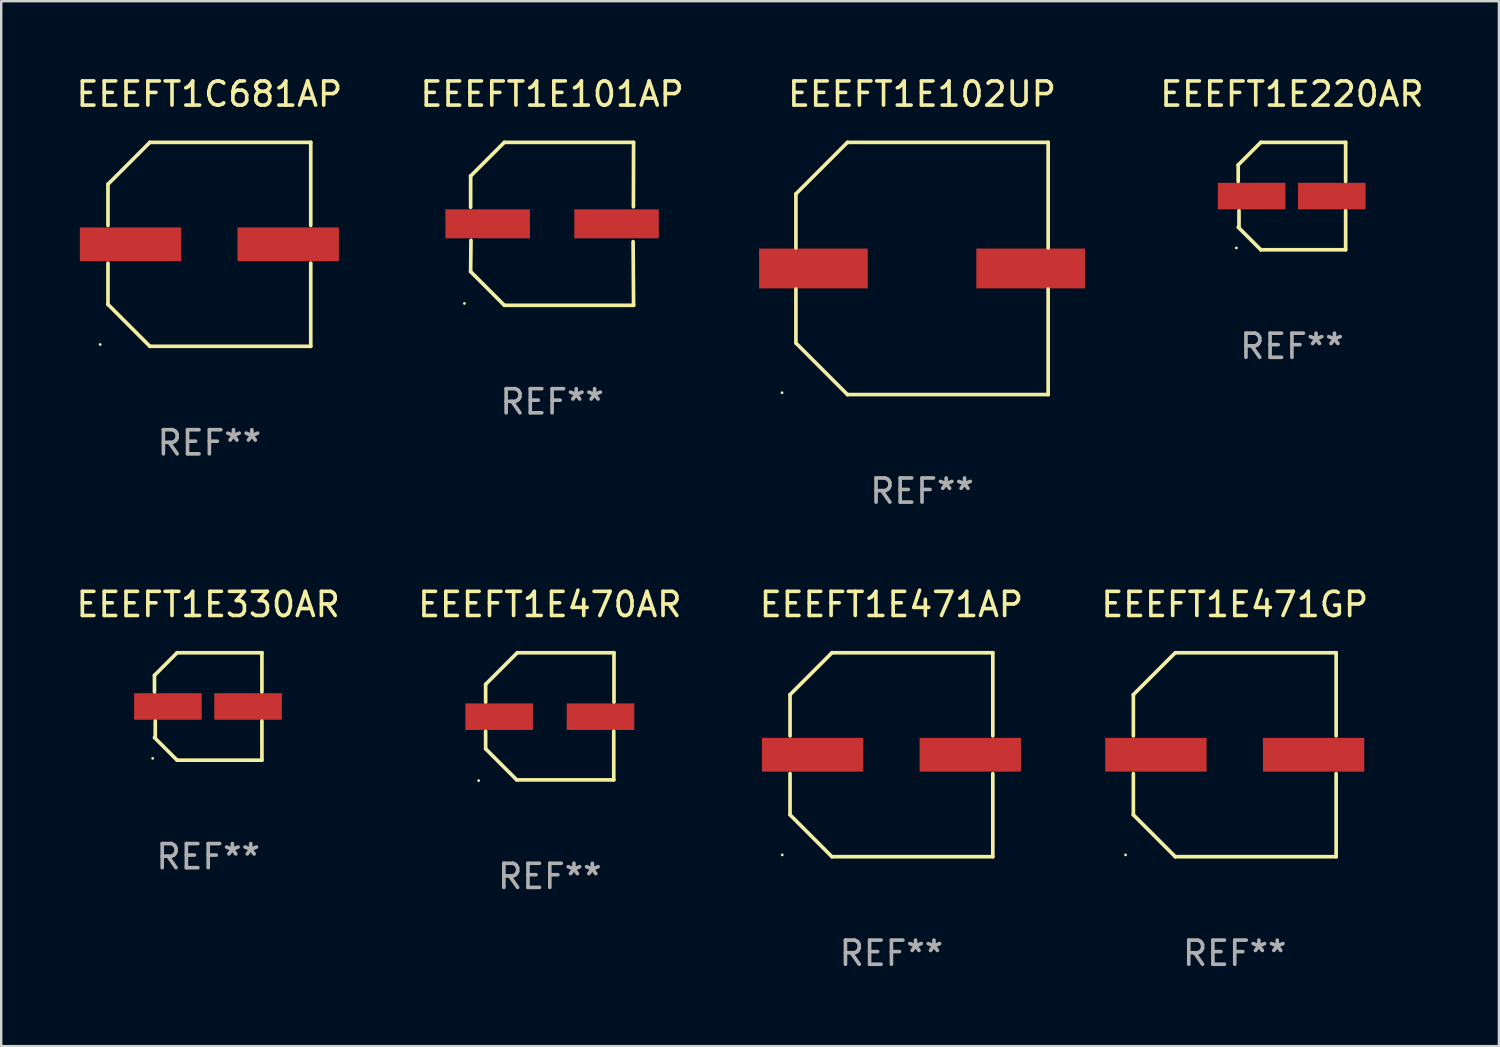
<source format=kicad_pcb>
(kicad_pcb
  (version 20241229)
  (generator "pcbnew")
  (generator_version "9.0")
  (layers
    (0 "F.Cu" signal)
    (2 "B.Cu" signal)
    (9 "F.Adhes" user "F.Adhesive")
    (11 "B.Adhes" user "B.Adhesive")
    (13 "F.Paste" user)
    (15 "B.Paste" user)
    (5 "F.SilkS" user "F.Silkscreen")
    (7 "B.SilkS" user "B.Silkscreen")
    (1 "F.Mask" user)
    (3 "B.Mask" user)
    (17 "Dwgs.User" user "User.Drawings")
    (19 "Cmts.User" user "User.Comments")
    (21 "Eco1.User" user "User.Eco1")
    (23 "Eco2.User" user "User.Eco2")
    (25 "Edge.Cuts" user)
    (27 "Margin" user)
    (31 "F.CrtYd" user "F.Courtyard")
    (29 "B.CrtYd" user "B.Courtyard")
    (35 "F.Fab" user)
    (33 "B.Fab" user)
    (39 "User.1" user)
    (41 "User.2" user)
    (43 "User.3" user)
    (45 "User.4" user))
  (footprint "EEEFT1E470AR"
    (layer "F.Cu")
    (at 19.732 26.631)
    (property "Reference" "EEEFT1E470AR" (at 0 -4.634 0) (layer "F.SilkS") (effects (font (size 1 1) (thickness 0.15))))
    (attr through_hole)
    (fp_line (start -2.659 -1.326) (end -2.659 -0.592) (stroke (width 0.152) (type solid)) (layer "F.SilkS"))
    (fp_line (start -2.659 1.346) (end -2.659 0.622) (stroke (width 0.152) (type solid)) (layer "F.SilkS"))
    (fp_line (start -1.372 2.634) (end -2.659 1.346) (stroke (width 0.152) (type solid)) (layer "F.SilkS"))
    (fp_line (start -1.349 -2.634) (end -2.659 -1.326) (stroke (width 0.152) (type solid)) (layer "F.SilkS"))
    (fp_line (start 2.649 0.622) (end 2.649 2.634) (stroke (width 0.152) (type solid)) (layer "F.SilkS"))
    (fp_line (start 2.649 2.634) (end -1.372 2.634) (stroke (width 0.152) (type solid)) (layer "F.SilkS"))
    (fp_line (start 2.659 -2.634) (end -1.349 -2.634) (stroke (width 0.152) (type solid)) (layer "F.SilkS"))
    (fp_line (start 2.659 -0.592) (end 2.659 -2.634) (stroke (width 0.152) (type solid)) (layer "F.SilkS"))
    (fp_circle (center -2.95 2.665) (end -2.92 2.665) (stroke (width 0.06) (type solid)) (fill no) (layer "F.SilkS"))
    (fp_text user "REF**" (at 0 6.634 0) (layer "F.Fab") (effects (font (size 1 1) (thickness 0.15))))
    (pad "1" smd rect (at -2.1 0.015) (size 2.8 1.1) (layers "F.Cu" "F.Mask" "F.Paste"))
    (pad "2" smd rect (at 2.1 0.015) (size 2.8 1.1) (layers "F.Cu" "F.Mask" "F.Paste")))
  (footprint "EEEFT1C681AP"
    (layer "F.Cu")
    (at 5.625 7.074)
    (property "Reference" "EEEFT1C681AP" (at 0 -6.226 0) (layer "F.SilkS") (effects (font (size 1 1) (thickness 0.15))))
    (attr through_hole)
    (fp_line (start -4.201 -2.49) (end -4.201 -0.782) (stroke (width 0.152) (type solid)) (layer "F.SilkS"))
    (fp_line (start -4.201 2.49) (end -4.201 0.782) (stroke (width 0.152) (type solid)) (layer "F.SilkS"))
    (fp_line (start -2.465 -4.226) (end -4.201 -2.49) (stroke (width 0.152) (type solid)) (layer "F.SilkS"))
    (fp_line (start -2.465 4.226) (end -4.201 2.49) (stroke (width 0.152) (type solid)) (layer "F.SilkS"))
    (fp_line (start 4.201 -4.226) (end -2.465 -4.226) (stroke (width 0.152) (type solid)) (layer "F.SilkS"))
    (fp_line (start 4.201 -0.782) (end 4.201 -4.226) (stroke (width 0.152) (type solid)) (layer "F.SilkS"))
    (fp_line (start 4.201 0.782) (end 4.201 4.226) (stroke (width 0.152) (type solid)) (layer "F.SilkS"))
    (fp_line (start 4.201 4.226) (end -2.465 4.226) (stroke (width 0.152) (type solid)) (layer "F.SilkS"))
    (fp_circle (center -4.524 4.15) (end -4.494 4.15) (stroke (width 0.06) (type solid)) (fill no) (layer "F.SilkS"))
    (fp_text user "REF**" (at 0 8.226 0) (layer "F.Fab") (effects (font (size 1 1) (thickness 0.15))))
    (pad "1" smd rect (at -3.267 0) (size 4.2 1.4) (layers "F.Cu" "F.Mask" "F.Paste"))
    (pad "2" smd rect (at 3.267 0) (size 4.2 1.4) (layers "F.Cu" "F.Mask" "F.Paste")))
  (footprint "EEEFT1E101AP"
    (layer "F.Cu")
    (at 19.827 6.224)
    (property "Reference" "EEEFT1E101AP" (at 0 -5.376 0) (layer "F.SilkS") (effects (font (size 1 1) (thickness 0.15))))
    (attr through_hole)
    (fp_line (start -3.376 -1.98) (end -3.376 -0.686) (stroke (width 0.152) (type solid)) (layer "F.SilkS"))
    (fp_line (start -3.376 1.981) (end -3.362 0.686) (stroke (width 0.152) (type solid)) (layer "F.SilkS"))
    (fp_line (start -1.981 3.376) (end -3.376 1.981) (stroke (width 0.152) (type solid)) (layer "F.SilkS"))
    (fp_line (start -1.98 -3.376) (end -3.376 -1.98) (stroke (width 0.152) (type solid)) (layer "F.SilkS"))
    (fp_line (start 3.356 0.74) (end 3.376 3.376) (stroke (width 0.152) (type solid)) (layer "F.SilkS"))
    (fp_line (start 3.369 -0.707) (end 3.376 -3.376) (stroke (width 0.152) (type solid)) (layer "F.SilkS"))
    (fp_line (start 3.376 3.376) (end -1.981 3.376) (stroke (width 0.152) (type solid)) (layer "F.SilkS"))
    (fp_line (start 3.376 -3.376) (end -1.98 -3.376) (stroke (width 0.152) (type solid)) (layer "F.SilkS"))
    (fp_circle (center -3.634 3.3) (end -3.604 3.3) (stroke (width 0.06) (type solid)) (fill no) (layer "F.SilkS"))
    (fp_text user "REF**" (at 0 7.376 0) (layer "F.Fab") (effects (font (size 1 1) (thickness 0.15))))
    (pad "1" smd rect (at -2.67 0.000254) (size 3.5 1.2) (layers "F.Cu" "F.Mask" "F.Paste"))
    (pad "2" smd rect (at 2.67 0.000254) (size 3.5 1.2) (layers "F.Cu" "F.Mask" "F.Paste")))
  (footprint "EEEFT1E471GP"
    (layer "F.Cu")
    (at 48.113 28.223)
    (property "Reference" "EEEFT1E471GP" (at 0 -6.226 0) (layer "F.SilkS") (effects (font (size 1 1) (thickness 0.15))))
    (attr through_hole)
    (fp_line (start -4.201 -2.49) (end -4.201 -0.782) (stroke (width 0.152) (type solid)) (layer "F.SilkS"))
    (fp_line (start -4.201 2.49) (end -4.201 0.782) (stroke (width 0.152) (type solid)) (layer "F.SilkS"))
    (fp_line (start -2.465 -4.226) (end -4.201 -2.49) (stroke (width 0.152) (type solid)) (layer "F.SilkS"))
    (fp_line (start -2.465 4.226) (end -4.201 2.49) (stroke (width 0.152) (type solid)) (layer "F.SilkS"))
    (fp_line (start 4.201 -4.226) (end -2.465 -4.226) (stroke (width 0.152) (type solid)) (layer "F.SilkS"))
    (fp_line (start 4.201 -0.782) (end 4.201 -4.226) (stroke (width 0.152) (type solid)) (layer "F.SilkS"))
    (fp_line (start 4.201 0.782) (end 4.201 4.226) (stroke (width 0.152) (type solid)) (layer "F.SilkS"))
    (fp_line (start 4.201 4.226) (end -2.465 4.226) (stroke (width 0.152) (type solid)) (layer "F.SilkS"))
    (fp_circle (center -4.524 4.15) (end -4.494 4.15) (stroke (width 0.06) (type solid)) (fill no) (layer "F.SilkS"))
    (fp_text user "REF**" (at 0 8.226 0) (layer "F.Fab") (effects (font (size 1 1) (thickness 0.15))))
    (pad "1" smd rect (at -3.267 0) (size 4.2 1.4) (layers "F.Cu" "F.Mask" "F.Paste"))
    (pad "2" smd rect (at 3.267 0) (size 4.2 1.4) (layers "F.Cu" "F.Mask" "F.Paste")))
  (footprint "EEEFT1E220AR"
    (layer "F.Cu")
    (at 50.482 5.074)
    (property "Reference" "EEEFT1E220AR" (at 0 -4.226 0) (layer "F.SilkS") (effects (font (size 1 1) (thickness 0.15))))
    (attr through_hole)
    (fp_line (start -2.226 -1.29) (end -2.226 -0.607) (stroke (width 0.152) (type solid)) (layer "F.SilkS"))
    (fp_line (start -2.193 1.29) (end -2.193 0.607) (stroke (width 0.152) (type solid)) (layer "F.SilkS"))
    (fp_line (start -1.29 2.226) (end -2.226 1.29) (stroke (width 0.152) (type solid)) (layer "F.SilkS"))
    (fp_line (start -1.29 -2.226) (end -2.226 -1.29) (stroke (width 0.152) (type solid)) (layer "F.SilkS"))
    (fp_line (start 2.226 -2.226) (end -1.29 -2.226) (stroke (width 0.152) (type solid)) (layer "F.SilkS"))
    (fp_line (start 2.226 -0.607) (end 2.226 -2.226) (stroke (width 0.152) (type solid)) (layer "F.SilkS"))
    (fp_line (start 2.226 0.607) (end 2.226 2.226) (stroke (width 0.152) (type solid)) (layer "F.SilkS"))
    (fp_line (start 2.226 2.226) (end -1.29 2.226) (stroke (width 0.152) (type solid)) (layer "F.SilkS"))
    (fp_circle (center -2.3 2.15) (end -2.27 2.15) (stroke (width 0.06) (type solid)) (fill no) (layer "F.SilkS"))
    (fp_text user "REF**" (at 0 6.226 0) (layer "F.Fab") (effects (font (size 1 1) (thickness 0.15))))
    (pad "1" smd rect (at -1.67 -0.000025) (size 2.8 1.1) (layers "F.Cu" "F.Mask" "F.Paste"))
    (pad "2" smd rect (at 1.651 -0.000025) (size 2.8 1.1) (layers "F.Cu" "F.Mask" "F.Paste")))
  (footprint "EEEFT1E102UP"
    (layer "F.Cu")
    (at 35.155 8.074)
    (property "Reference" "EEEFT1E102UP" (at 0 -7.226 0) (layer "F.SilkS") (effects (font (size 1 1) (thickness 0.15))))
    (attr through_hole)
    (fp_line (start -5.226 -3.09) (end -5.226 -0.852) (stroke (width 0.152) (type solid)) (layer "F.SilkS"))
    (fp_line (start -5.226 3.09) (end -5.226 0.852) (stroke (width 0.152) (type solid)) (layer "F.SilkS"))
    (fp_line (start -3.09 -5.226) (end -5.226 -3.09) (stroke (width 0.152) (type solid)) (layer "F.SilkS"))
    (fp_line (start -3.09 5.226) (end -5.226 3.09) (stroke (width 0.152) (type solid)) (layer "F.SilkS"))
    (fp_line (start 5.226 -5.226) (end -3.09 -5.226) (stroke (width 0.152) (type solid)) (layer "F.SilkS"))
    (fp_line (start 5.226 -0.852) (end 5.226 -5.226) (stroke (width 0.152) (type solid)) (layer "F.SilkS"))
    (fp_line (start 5.226 0.852) (end 5.226 5.226) (stroke (width 0.152) (type solid)) (layer "F.SilkS"))
    (fp_line (start 5.226 5.226) (end -3.09 5.226) (stroke (width 0.152) (type solid)) (layer "F.SilkS"))
    (fp_circle (center -5.8 5.15) (end -5.77 5.15) (stroke (width 0.06) (type solid)) (fill no) (layer "F.SilkS"))
    (fp_text user "REF**" (at 0 9.226 0) (layer "F.Fab") (effects (font (size 1 1) (thickness 0.15))))
    (pad "1" smd rect (at -4.5 0) (size 4.5 1.65) (layers "F.Cu" "F.Mask" "F.Paste"))
    (pad "2" smd rect (at 4.5 0) (size 4.5 1.65) (layers "F.Cu" "F.Mask" "F.Paste")))
  (footprint "EEEFT1E330AR"
    (layer "F.Cu")
    (at 5.577 26.223)
    (property "Reference" "EEEFT1E330AR" (at 0 -4.226 0) (layer "F.SilkS") (effects (font (size 1 1) (thickness 0.15))))
    (attr through_hole)
    (fp_line (start -2.226 -1.29) (end -2.226 -0.607) (stroke (width 0.152) (type solid)) (layer "F.SilkS"))
    (fp_line (start -2.193 1.29) (end -2.193 0.607) (stroke (width 0.152) (type solid)) (layer "F.SilkS"))
    (fp_line (start -1.29 2.226) (end -2.226 1.29) (stroke (width 0.152) (type solid)) (layer "F.SilkS"))
    (fp_line (start -1.29 -2.226) (end -2.226 -1.29) (stroke (width 0.152) (type solid)) (layer "F.SilkS"))
    (fp_line (start 2.226 -2.226) (end -1.29 -2.226) (stroke (width 0.152) (type solid)) (layer "F.SilkS"))
    (fp_line (start 2.226 -0.607) (end 2.226 -2.226) (stroke (width 0.152) (type solid)) (layer "F.SilkS"))
    (fp_line (start 2.226 0.607) (end 2.226 2.226) (stroke (width 0.152) (type solid)) (layer "F.SilkS"))
    (fp_line (start 2.226 2.226) (end -1.29 2.226) (stroke (width 0.152) (type solid)) (layer "F.SilkS"))
    (fp_circle (center -2.3 2.15) (end -2.27 2.15) (stroke (width 0.06) (type solid)) (fill no) (layer "F.SilkS"))
    (fp_text user "REF**" (at 0 6.226 0) (layer "F.Fab") (effects (font (size 1 1) (thickness 0.15))))
    (pad "1" smd rect (at -1.67 -0.000025) (size 2.8 1.1) (layers "F.Cu" "F.Mask" "F.Paste"))
    (pad "2" smd rect (at 1.651 -0.000025) (size 2.8 1.1) (layers "F.Cu" "F.Mask" "F.Paste")))
  (footprint "EEEFT1E471AP"
    (layer "F.Cu")
    (at 33.887 28.223)
    (property "Reference" "EEEFT1E471AP" (at 0 -6.226 0) (layer "F.SilkS") (effects (font (size 1 1) (thickness 0.15))))
    (attr through_hole)
    (fp_line (start -4.201 -2.49) (end -4.201 -0.782) (stroke (width 0.152) (type solid)) (layer "F.SilkS"))
    (fp_line (start -4.201 2.49) (end -4.201 0.782) (stroke (width 0.152) (type solid)) (layer "F.SilkS"))
    (fp_line (start -2.465 -4.226) (end -4.201 -2.49) (stroke (width 0.152) (type solid)) (layer "F.SilkS"))
    (fp_line (start -2.465 4.226) (end -4.201 2.49) (stroke (width 0.152) (type solid)) (layer "F.SilkS"))
    (fp_line (start 4.201 -4.226) (end -2.465 -4.226) (stroke (width 0.152) (type solid)) (layer "F.SilkS"))
    (fp_line (start 4.201 -0.782) (end 4.201 -4.226) (stroke (width 0.152) (type solid)) (layer "F.SilkS"))
    (fp_line (start 4.201 0.782) (end 4.201 4.226) (stroke (width 0.152) (type solid)) (layer "F.SilkS"))
    (fp_line (start 4.201 4.226) (end -2.465 4.226) (stroke (width 0.152) (type solid)) (layer "F.SilkS"))
    (fp_circle (center -4.524 4.15) (end -4.494 4.15) (stroke (width 0.06) (type solid)) (fill no) (layer "F.SilkS"))
    (fp_text user "REF**" (at 0 8.226 0) (layer "F.Fab") (effects (font (size 1 1) (thickness 0.15))))
    (pad "1" smd rect (at -3.267 0) (size 4.2 1.4) (layers "F.Cu" "F.Mask" "F.Paste"))
    (pad "2" smd rect (at 3.267 0) (size 4.2 1.4) (layers "F.Cu" "F.Mask" "F.Paste")))
  (gr_rect
    (start -3 -3)
    (end 59.059 40.298)
    (stroke (width 0.1) (type default))
    (fill no)
    (layer "Edge.Cuts")))
</source>
